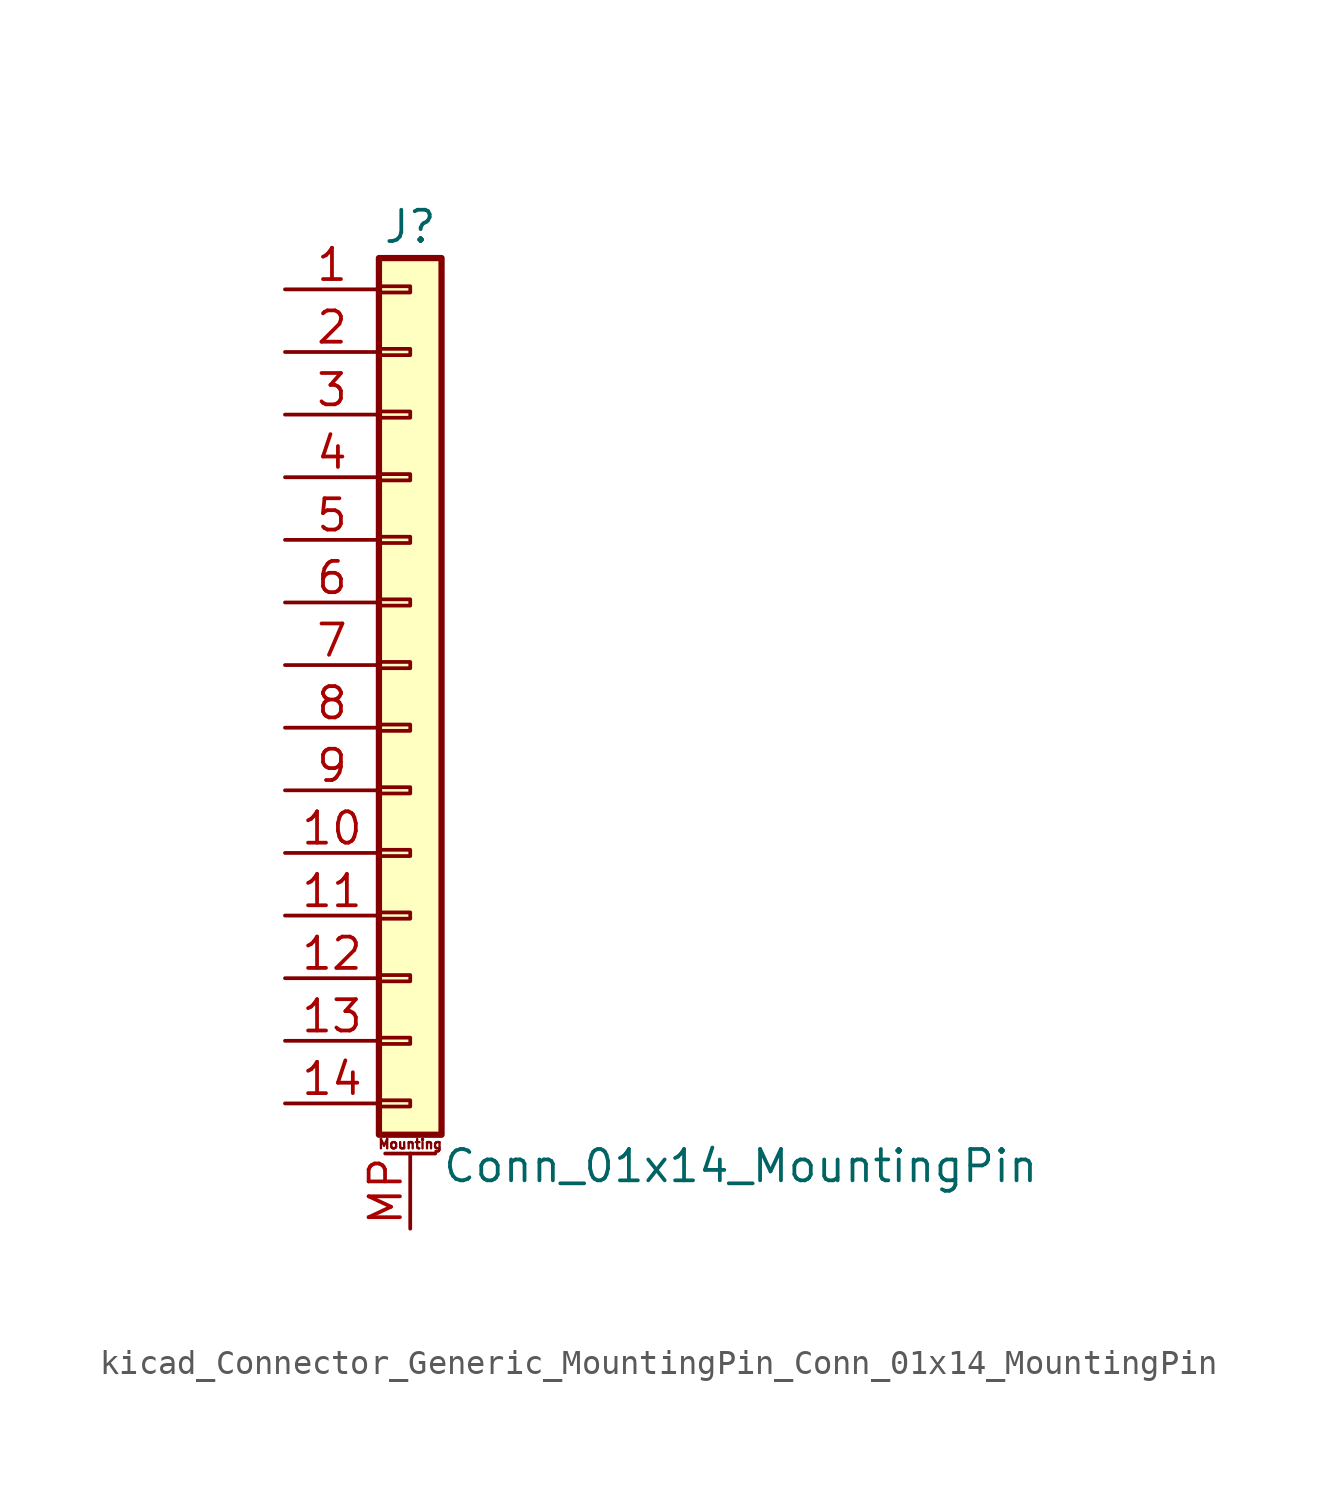
<source format=kicad_sym>
(kicad_symbol_lib
  (version 20220914)
  (generator kicad_symbol_editor)
  (symbol "kicad_Connector_Generic_MountingPin_Conn_01x14_MountingPin"
    (pin_names
      (offset 1.016) hide)
    (property "Reference" "J"
      (at 0 17.78 0)
      (effects (font (size 1.27 1.27))))
    (property "Value" "Conn_01x14_MountingPin"
      (at 1.27 -20.32 0)
      (effects (font (size 1.27 1.27)) (justify left)))
    (symbol "kicad_Connector_Generic_MountingPin_Conn_01x14_MountingPin_1_1"
      (rectangle (start -1.27 -17.653) (end 0 -17.907) (stroke (width 0.152) (type default)) (fill (type none)))
      (rectangle (start -1.27 -15.113) (end 0 -15.367) (stroke (width 0.152) (type default)) (fill (type none)))
      (rectangle (start -1.27 -12.573) (end 0 -12.827) (stroke (width 0.152) (type default)) (fill (type none)))
      (rectangle (start -1.27 -10.033) (end 0 -10.287) (stroke (width 0.152) (type default)) (fill (type none)))
      (rectangle (start -1.27 -7.493) (end 0 -7.747) (stroke (width 0.152) (type default)) (fill (type none)))
      (rectangle (start -1.27 -4.953) (end 0 -5.207) (stroke (width 0.152) (type default)) (fill (type none)))
      (rectangle (start -1.27 -2.413) (end 0 -2.667) (stroke (width 0.152) (type default)) (fill (type none)))
      (rectangle (start -1.27 0.127) (end 0 -0.127) (stroke (width 0.152) (type default)) (fill (type none)))
      (rectangle (start -1.27 2.667) (end 0 2.413) (stroke (width 0.152) (type default)) (fill (type none)))
      (rectangle (start -1.27 5.207) (end 0 4.953) (stroke (width 0.152) (type default)) (fill (type none)))
      (rectangle (start -1.27 7.747) (end 0 7.493) (stroke (width 0.152) (type default)) (fill (type none)))
      (rectangle (start -1.27 10.287) (end 0 10.033) (stroke (width 0.152) (type default)) (fill (type none)))
      (rectangle (start -1.27 12.827) (end 0 12.573) (stroke (width 0.152) (type default)) (fill (type none)))
      (rectangle (start -1.27 15.367) (end 0 15.113) (stroke (width 0.152) (type default)) (fill (type none)))
      (rectangle (start -1.27 16.51) (end 1.27 -19.05) (stroke (width 0.254) (type default)) (fill (type background)))
      (polyline (pts (xy -1.016 -19.812) (xy 1.016 -19.812)) (stroke (width 0.152) (type default)) (fill (type none)))
      (text "Mounting" (at 0 -19.431 0) (effects (font (size 0.381 0.381))))
      (pin passive line (at -5.08 15.24 0) (length 3.81) (name "Pin_1" (effects (font (size 1.27 1.27)))) (number "1" (effects (font (size 1.27 1.27)))))
      (pin passive line (at -5.08 -7.62 0) (length 3.81) (name "Pin_10" (effects (font (size 1.27 1.27)))) (number "10" (effects (font (size 1.27 1.27)))))
      (pin passive line (at -5.08 -10.16 0) (length 3.81) (name "Pin_11" (effects (font (size 1.27 1.27)))) (number "11" (effects (font (size 1.27 1.27)))))
      (pin passive line (at -5.08 -12.7 0) (length 3.81) (name "Pin_12" (effects (font (size 1.27 1.27)))) (number "12" (effects (font (size 1.27 1.27)))))
      (pin passive line (at -5.08 -15.24 0) (length 3.81) (name "Pin_13" (effects (font (size 1.27 1.27)))) (number "13" (effects (font (size 1.27 1.27)))))
      (pin passive line (at -5.08 -17.78 0) (length 3.81) (name "Pin_14" (effects (font (size 1.27 1.27)))) (number "14" (effects (font (size 1.27 1.27)))))
      (pin passive line (at -5.08 12.7 0) (length 3.81) (name "Pin_2" (effects (font (size 1.27 1.27)))) (number "2" (effects (font (size 1.27 1.27)))))
      (pin passive line (at -5.08 10.16 0) (length 3.81) (name "Pin_3" (effects (font (size 1.27 1.27)))) (number "3" (effects (font (size 1.27 1.27)))))
      (pin passive line (at -5.08 7.62 0) (length 3.81) (name "Pin_4" (effects (font (size 1.27 1.27)))) (number "4" (effects (font (size 1.27 1.27)))))
      (pin passive line (at -5.08 5.08 0) (length 3.81) (name "Pin_5" (effects (font (size 1.27 1.27)))) (number "5" (effects (font (size 1.27 1.27)))))
      (pin passive line (at -5.08 2.54 0) (length 3.81) (name "Pin_6" (effects (font (size 1.27 1.27)))) (number "6" (effects (font (size 1.27 1.27)))))
      (pin passive line (at -5.08 0 0) (length 3.81) (name "Pin_7" (effects (font (size 1.27 1.27)))) (number "7" (effects (font (size 1.27 1.27)))))
      (pin passive line (at -5.08 -2.54 0) (length 3.81) (name "Pin_8" (effects (font (size 1.27 1.27)))) (number "8" (effects (font (size 1.27 1.27)))))
      (pin passive line (at -5.08 -5.08 0) (length 3.81) (name "Pin_9" (effects (font (size 1.27 1.27)))) (number "9" (effects (font (size 1.27 1.27)))))
      (pin passive line (at 0 -22.86 90) (length 3.048) (name "MountPin" (effects (font (size 1.27 1.27)))) (number "MP" (effects (font (size 1.27 1.27))))))))
</source>
